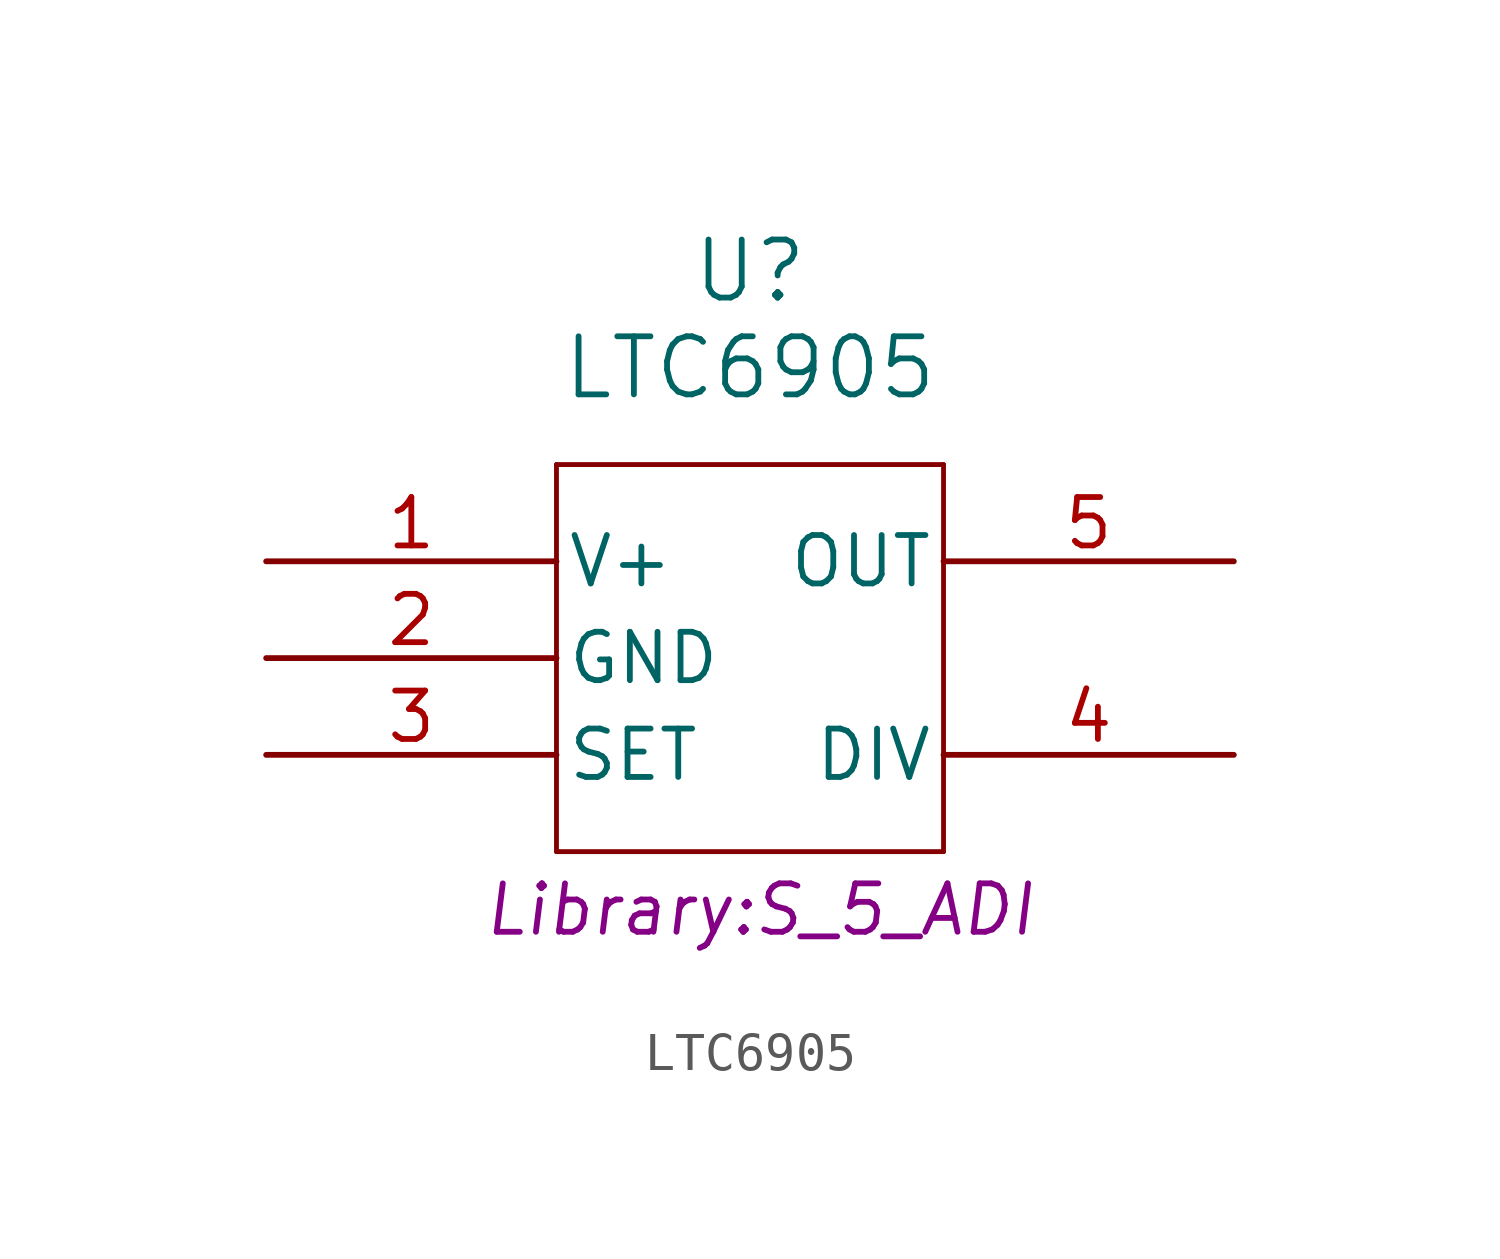
<source format=kicad_sym>
(kicad_symbol_lib
  (version 20231120)
  (generator "kicad_symbol_editor")
  (generator_version "8.0")
  (symbol "LTC6905"
    (pin_names
      (offset 0.254))
    (property "Reference" "U"
      (at 0 10.16 0)
      (effects (font (size 1.524 1.524))))
    (property "Value" "LTC6905"
      (at 0 7.62 0)
      (effects (font (size 1.524 1.524))))
    (property "Footprint" "Library:S_5_ADI"
      (at 0.254 -6.604 0)
      (effects (font (size 1.27 1.27) (italic yes))))
    (symbol "LTC6905_0_1"
      (polyline (pts (xy -5.08 -5.08) (xy 5.08 -5.08)) (stroke (width 0.127) (type default)) (fill (type none)))
      (polyline (pts (xy -5.08 5.08) (xy -5.08 -5.08)) (stroke (width 0.127) (type default)) (fill (type none)))
      (polyline (pts (xy 5.08 -5.08) (xy 5.08 5.08)) (stroke (width 0.127) (type default)) (fill (type none)))
      (polyline (pts (xy 5.08 5.08) (xy -5.08 5.08)) (stroke (width 0.127) (type default)) (fill (type none))))
    (symbol "LTC6905_1_1"
      (pin power_in line (at -12.7 2.54 0) (length 7.62) (name "V+" (effects (font (size 1.27 1.27)))) (number "1" (effects (font (size 1.27 1.27)))))
      (pin power_in line (at -12.7 0 0) (length 7.62) (name "GND" (effects (font (size 1.27 1.27)))) (number "2" (effects (font (size 1.27 1.27)))))
      (pin input line (at -12.7 -2.54 0) (length 7.62) (name "SET" (effects (font (size 1.27 1.27)))) (number "3" (effects (font (size 1.27 1.27)))))
      (pin tri_state line (at 12.7 -2.54 180) (length 7.62) (name "DIV" (effects (font (size 1.27 1.27)))) (number "4" (effects (font (size 1.27 1.27)))))
      (pin output line (at 12.7 2.54 180) (length 7.62) (name "OUT" (effects (font (size 1.27 1.27)))) (number "5" (effects (font (size 1.27 1.27))))))))
</source>
